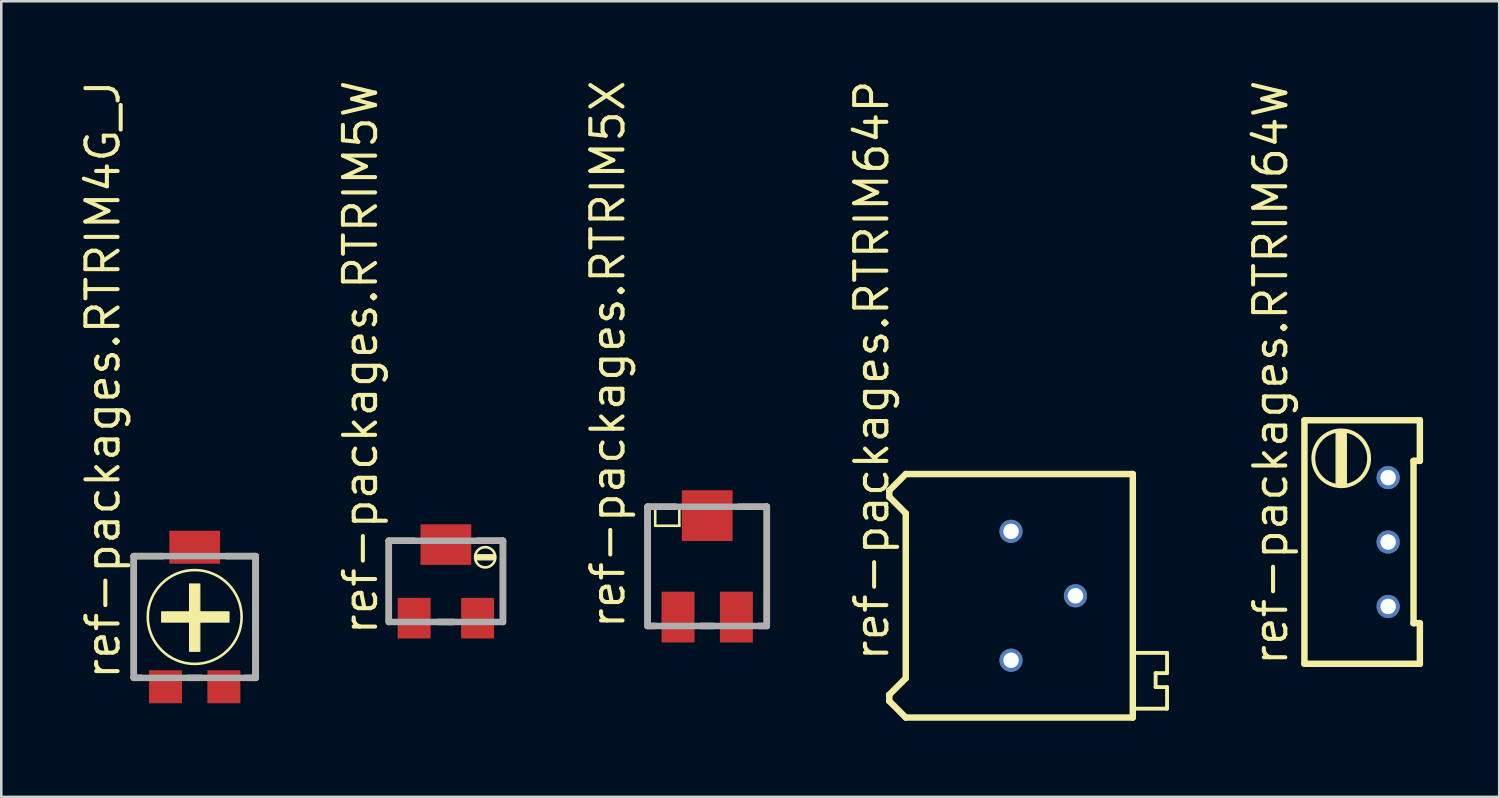
<source format=kicad_pcb>
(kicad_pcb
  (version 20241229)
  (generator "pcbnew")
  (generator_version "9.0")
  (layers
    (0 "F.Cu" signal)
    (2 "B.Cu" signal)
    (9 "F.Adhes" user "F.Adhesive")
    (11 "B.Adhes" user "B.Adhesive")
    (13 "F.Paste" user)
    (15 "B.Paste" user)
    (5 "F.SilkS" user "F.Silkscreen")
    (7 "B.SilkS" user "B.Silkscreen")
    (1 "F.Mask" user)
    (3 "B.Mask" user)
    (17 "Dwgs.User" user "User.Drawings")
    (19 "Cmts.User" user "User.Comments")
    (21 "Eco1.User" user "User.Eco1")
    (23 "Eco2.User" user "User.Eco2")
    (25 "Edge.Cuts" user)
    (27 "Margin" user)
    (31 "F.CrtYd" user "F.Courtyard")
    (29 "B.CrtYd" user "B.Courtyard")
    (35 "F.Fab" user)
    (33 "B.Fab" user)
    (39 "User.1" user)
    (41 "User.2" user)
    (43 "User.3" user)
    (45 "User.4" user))
  (footprint "ref-packages.RTRIM64W"
    (layer "F.Cu")
    (at 50.402 18.317)
    (property "Reference" "ref-packages.RTRIM64W" (at -2.62 4.95 90) (layer "F.SilkS") (effects (font (size 1.27 1.27) (thickness 0.16)) (justify left bottom)))
    (attr through_hole)
    (fp_line (start -2.03 -4.8) (end 2.52 -4.8) (stroke (width 0.254) (type default)) (layer "F.SilkS"))
    (fp_line (start -2.03 4.8) (end -2.03 -4.8) (stroke (width 0.254) (type default)) (layer "F.SilkS"))
    (fp_line (start 2.27 -3.2) (end 2.27 3.2) (stroke (width 0.254) (type default)) (layer "F.SilkS"))
    (fp_line (start 2.27 3.2) (end 2.52 3.2) (stroke (width 0.254) (type default)) (layer "F.SilkS"))
    (fp_line (start 2.52 -4.8) (end 2.52 -3.2) (stroke (width 0.254) (type default)) (layer "F.SilkS"))
    (fp_line (start 2.52 -3.2) (end 2.27 -3.2) (stroke (width 0.254) (type default)) (layer "F.SilkS"))
    (fp_line (start 2.52 3.2) (end 2.52 4.8) (stroke (width 0.254) (type default)) (layer "F.SilkS"))
    (fp_line (start 2.52 4.8) (end -2.03 4.8) (stroke (width 0.254) (type default)) (layer "F.SilkS"))
    (fp_rect (start -0.78 -2.25) (end -0.38 -4.35) (stroke (width 0.05) (type default)) (fill yes) (layer "F.SilkS"))
    (fp_circle (center -0.58 -3.3) (end 0.52 -3.3) (stroke (width 0.152) (type default)) (fill no) (layer "F.SilkS"))
    (pad "1" thru_hole circle (at 1.27 2.54) (size 0.914 0.914) (drill 0.61) (layers "*.Cu" "*.Mask"))
    (pad "2" thru_hole circle (at 1.27 0) (size 0.914 0.914) (drill 0.61) (layers "*.Cu" "*.Mask"))
    (pad "3" thru_hole circle (at 1.27 -2.54) (size 0.914 0.914) (drill 0.61) (layers "*.Cu" "*.Mask")))
  (footprint "ref-packages.RTRIM5W"
    (layer "F.Cu")
    (at 14.527 19.868)
    (property "Reference" "ref-packages.RTRIM5W" (at -2.625 2.19 90) (layer "F.SilkS") (effects (font (size 1.27 1.27) (thickness 0.16)) (justify left bottom)))
    (attr smd)
    (fp_line (start -2.25 -1.6) (end -2.25 1.6) (stroke (width 0.254) (type default)) (layer "F.SilkS"))
    (fp_line (start -1.25 -1.6) (end -2.25 -1.6) (stroke (width 0.254) (type default)) (layer "F.SilkS"))
    (fp_line (start -0.3 1.6) (end 0.3 1.6) (stroke (width 0.254) (type default)) (layer "F.SilkS"))
    (fp_line (start 1.25 -1.6) (end 2.25 -1.6) (stroke (width 0.254) (type default)) (layer "F.SilkS"))
    (fp_line (start 2.25 -1.6) (end 2.25 1.6) (stroke (width 0.254) (type default)) (layer "F.SilkS"))
    (fp_rect (start 1.15 -0.85) (end 1.95 -1.05) (stroke (width 0.05) (type default)) (fill yes) (layer "F.SilkS"))
    (fp_circle (center 1.55 -0.95) (end 1.95 -0.95) (stroke (width 0.102) (type default)) (fill no) (layer "F.SilkS"))
    (fp_line (start -2.25 -1.6) (end -2.25 1.6) (stroke (width 0.254) (type default)) (layer "F.Fab"))
    (fp_line (start -2.25 1.6) (end 2.25 1.6) (stroke (width 0.254) (type default)) (layer "F.Fab"))
    (fp_line (start 2.25 -1.6) (end -2.25 -1.6) (stroke (width 0.254) (type default)) (layer "F.Fab"))
    (fp_line (start 2.25 1.6) (end 2.25 -1.6) (stroke (width 0.254) (type default)) (layer "F.Fab"))
    (pad "1" smd roundrect (at -1.25 1.45) (size 1.3 1.6) (layers "F.Cu" "F.Mask" "F.Paste") (roundrect_rratio 0.01))
    (pad "2" smd roundrect (at 0 -1.45) (size 2 1.6) (layers "F.Cu" "F.Mask" "F.Paste") (roundrect_rratio 0.01))
    (pad "3" smd roundrect (at 1.25 1.45) (size 1.3 1.6) (layers "F.Cu" "F.Mask" "F.Paste") (roundrect_rratio 0.01)))
  (footprint "ref-packages.RTRIM64P"
    (layer "F.Cu")
    (at 36.806 20.436)
    (property "Reference" "ref-packages.RTRIM64P" (at -4.75 2.65 90) (layer "F.SilkS") (effects (font (size 1.27 1.27) (thickness 0.16)) (justify left bottom)))
    (attr through_hole)
    (fp_line (start -4.8 -4.15) (end -4.15 -4.8) (stroke (width 0.254) (type default)) (layer "F.SilkS"))
    (fp_line (start -4.8 -3.9) (end -4.8 -4.15) (stroke (width 0.254) (type default)) (layer "F.SilkS"))
    (fp_line (start -4.8 3.9) (end -4.15 3.25) (stroke (width 0.254) (type default)) (layer "F.SilkS"))
    (fp_line (start -4.8 4.15) (end -4.8 3.9) (stroke (width 0.254) (type default)) (layer "F.SilkS"))
    (fp_line (start -4.15 -4.8) (end 4.8 -4.8) (stroke (width 0.254) (type default)) (layer "F.SilkS"))
    (fp_line (start -4.15 -3.25) (end -4.8 -3.9) (stroke (width 0.254) (type default)) (layer "F.SilkS"))
    (fp_line (start -4.15 3.25) (end -4.15 -3.25) (stroke (width 0.254) (type default)) (layer "F.SilkS"))
    (fp_line (start -4.15 4.8) (end -4.8 4.15) (stroke (width 0.254) (type default)) (layer "F.SilkS"))
    (fp_line (start 4.8 -4.8) (end 4.8 4.8) (stroke (width 0.254) (type default)) (layer "F.SilkS"))
    (fp_line (start 4.8 4.8) (end -4.15 4.8) (stroke (width 0.254) (type default)) (layer "F.SilkS"))
    (fp_line (start 4.95 2.25) (end 6.15 2.25) (stroke (width 0.152) (type default)) (layer "F.SilkS"))
    (fp_line (start 5.7 3.05) (end 5.7 3.6) (stroke (width 0.152) (type default)) (layer "F.SilkS"))
    (fp_line (start 5.7 3.6) (end 6.15 3.6) (stroke (width 0.152) (type default)) (layer "F.SilkS"))
    (fp_line (start 6.15 2.25) (end 6.15 3.05) (stroke (width 0.152) (type default)) (layer "F.SilkS"))
    (fp_line (start 6.15 3.05) (end 5.7 3.05) (stroke (width 0.152) (type default)) (layer "F.SilkS"))
    (fp_line (start 6.15 3.6) (end 6.15 4.45) (stroke (width 0.152) (type default)) (layer "F.SilkS"))
    (fp_line (start 6.15 4.45) (end 4.95 4.45) (stroke (width 0.152) (type default)) (layer "F.SilkS"))
    (pad "1" thru_hole circle (at 0 2.54) (size 0.914 0.914) (drill 0.61) (layers "*.Cu" "*.Mask"))
    (pad "2" thru_hole circle (at 2.54 0) (size 0.914 0.914) (drill 0.61) (layers "*.Cu" "*.Mask"))
    (pad "3" thru_hole circle (at 0 -2.54) (size 0.914 0.914) (drill 0.61) (layers "*.Cu" "*.Mask")))
  (footprint "ref-packages.RTRIM5X"
    (layer "F.Cu")
    (at 24.829 19.276)
    (property "Reference" "ref-packages.RTRIM5X" (at -3.175 2.54 90) (layer "F.SilkS") (effects (font (size 1.27 1.27) (thickness 0.16)) (justify left bottom)))
    (attr smd)
    (fp_line (start -2.35 -2.35) (end -1.25 -2.35) (stroke (width 0.254) (type default)) (layer "F.SilkS"))
    (fp_line (start -2.35 2.35) (end -2.35 -2.35) (stroke (width 0.254) (type default)) (layer "F.SilkS"))
    (fp_line (start -2.05 -1.6) (end -2.05 -2.25) (stroke (width 0.102) (type default)) (layer "F.SilkS"))
    (fp_line (start -2.05 2.35) (end -2.35 2.35) (stroke (width 0.254) (type default)) (layer "F.SilkS"))
    (fp_line (start -1.1 -2.25) (end -1.1 -1.6) (stroke (width 0.102) (type default)) (layer "F.SilkS"))
    (fp_line (start -1.1 -1.6) (end -2.05 -1.6) (stroke (width 0.102) (type default)) (layer "F.SilkS"))
    (fp_line (start 0.25 2.35) (end -0.25 2.35) (stroke (width 0.254) (type default)) (layer "F.SilkS"))
    (fp_line (start 1.25 -2.35) (end 2.35 -2.35) (stroke (width 0.254) (type default)) (layer "F.SilkS"))
    (fp_line (start 2.35 -2.35) (end 2.35 2.35) (stroke (width 0.254) (type default)) (layer "F.SilkS"))
    (fp_line (start 2.35 2.35) (end 2.05 2.35) (stroke (width 0.254) (type default)) (layer "F.SilkS"))
    (fp_line (start -2.35 -2.35) (end -2.35 2.35) (stroke (width 0.254) (type default)) (layer "F.Fab"))
    (fp_line (start -2.35 2.35) (end 2.35 2.35) (stroke (width 0.254) (type default)) (layer "F.Fab"))
    (fp_line (start 2.35 -2.35) (end -2.35 -2.35) (stroke (width 0.254) (type default)) (layer "F.Fab"))
    (fp_line (start 2.35 2.35) (end 2.35 -2.35) (stroke (width 0.254) (type default)) (layer "F.Fab"))
    (pad "1" smd roundrect (at -1.15 2) (size 1.3 2) (layers "F.Cu" "F.Mask" "F.Paste") (roundrect_rratio 0.01))
    (pad "2" smd roundrect (at 0 -2) (size 2 2) (layers "F.Cu" "F.Mask" "F.Paste") (roundrect_rratio 0.01))
    (pad "3" smd roundrect (at 1.15 2) (size 1.3 2) (layers "F.Cu" "F.Mask" "F.Paste") (roundrect_rratio 0.01)))
  (footprint "ref-packages.RTRIM4G_J"
    (layer "F.Cu")
    (at 4.625 21.272)
    (property "Reference" "ref-packages.RTRIM4G_J" (at -2.875 2.54 90) (layer "F.SilkS") (effects (font (size 1.27 1.27) (thickness 0.16)) (justify left bottom)))
    (attr smd)
    (fp_line (start -2.4 -2.4) (end -1.25 -2.4) (stroke (width 0.254) (type default)) (layer "F.SilkS"))
    (fp_line (start -2.4 2.4) (end -2.4 -2.4) (stroke (width 0.254) (type default)) (layer "F.SilkS"))
    (fp_line (start -2.1 2.4) (end -2.4 2.4) (stroke (width 0.254) (type default)) (layer "F.SilkS"))
    (fp_line (start -0.25 2.4) (end 0.25 2.4) (stroke (width 0.254) (type default)) (layer "F.SilkS"))
    (fp_line (start 2 2.4) (end 2.4 2.4) (stroke (width 0.254) (type default)) (layer "F.SilkS"))
    (fp_line (start 2.4 -2.4) (end 1.25 -2.4) (stroke (width 0.254) (type default)) (layer "F.SilkS"))
    (fp_line (start 2.4 2.4) (end 2.4 -2.4) (stroke (width 0.254) (type default)) (layer "F.SilkS"))
    (fp_rect (start -1.3 0.2) (end 1.35 -0.2) (stroke (width 0.05) (type default)) (fill yes) (layer "F.SilkS"))
    (fp_rect (start -0.2 1.35) (end 0.2 -1.3) (stroke (width 0.05) (type default)) (fill yes) (layer "F.SilkS"))
    (fp_circle (center 0 0) (end 1.85 0) (stroke (width 0.102) (type default)) (fill no) (layer "F.SilkS"))
    (fp_line (start -2.4 -2.4) (end -2.4 2.4) (stroke (width 0.254) (type default)) (layer "F.Fab"))
    (fp_line (start -2.4 2.4) (end 2.4 2.4) (stroke (width 0.254) (type default)) (layer "F.Fab"))
    (fp_line (start 2.4 -2.4) (end -2.4 -2.4) (stroke (width 0.254) (type default)) (layer "F.Fab"))
    (fp_line (start 2.4 2.4) (end 2.4 -2.4) (stroke (width 0.254) (type default)) (layer "F.Fab"))
    (pad "1" smd roundrect (at -1.15 2.75) (size 1.3 1.3) (layers "F.Cu" "F.Mask" "F.Paste") (roundrect_rratio 0.01))
    (pad "2" smd roundrect (at 0 -2.75) (size 2 1.3) (layers "F.Cu" "F.Mask" "F.Paste") (roundrect_rratio 0.01))
    (pad "3" smd roundrect (at 1.15 2.75) (size 1.3 1.3) (layers "F.Cu" "F.Mask" "F.Paste") (roundrect_rratio 0.01)))
  (gr_rect
    (start -3 -3)
    (end 56.049 28.363)
    (stroke (width 0.1) (type default))
    (fill no)
    (layer "Edge.Cuts")))
</source>
